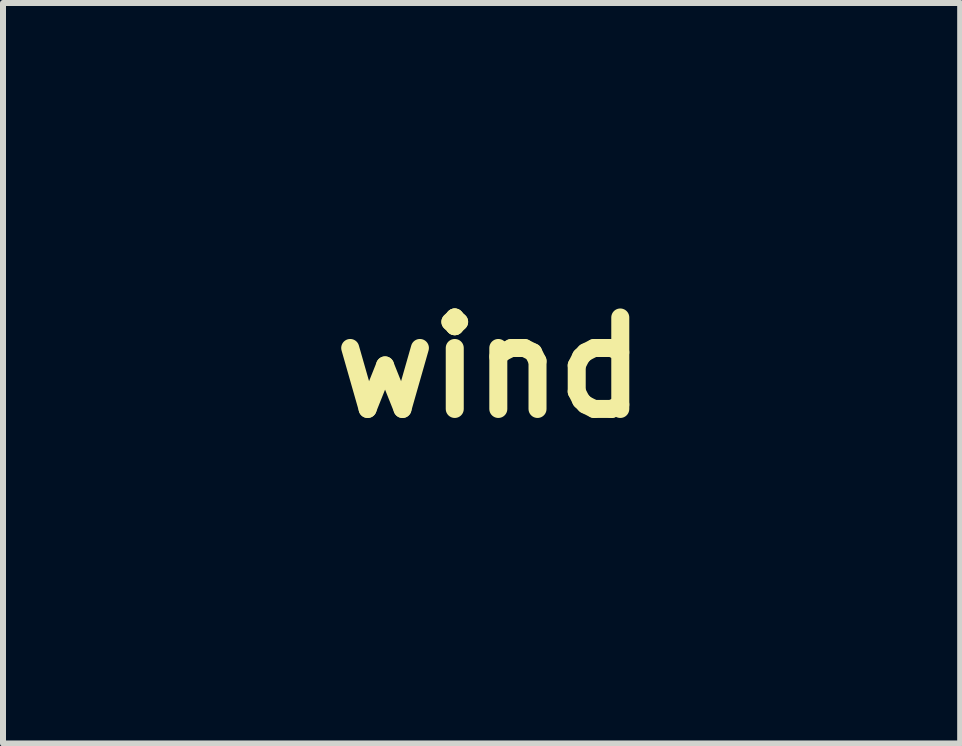
<source format=kicad_pcb>
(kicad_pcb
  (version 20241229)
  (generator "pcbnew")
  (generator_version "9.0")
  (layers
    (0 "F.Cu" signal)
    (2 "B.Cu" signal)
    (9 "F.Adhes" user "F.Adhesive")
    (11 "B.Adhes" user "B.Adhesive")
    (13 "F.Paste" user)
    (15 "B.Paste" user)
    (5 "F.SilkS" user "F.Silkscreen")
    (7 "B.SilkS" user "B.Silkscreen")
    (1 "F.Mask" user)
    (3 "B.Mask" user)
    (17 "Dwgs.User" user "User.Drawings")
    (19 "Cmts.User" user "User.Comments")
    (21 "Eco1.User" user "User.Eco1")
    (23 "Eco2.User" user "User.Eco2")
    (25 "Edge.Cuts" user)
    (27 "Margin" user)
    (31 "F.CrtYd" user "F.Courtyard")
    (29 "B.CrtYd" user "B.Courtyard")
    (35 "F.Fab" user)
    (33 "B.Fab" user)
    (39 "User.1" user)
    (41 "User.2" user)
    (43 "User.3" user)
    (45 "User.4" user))
  (footprint "wind"
    (layer "F.Cu")
    (at 5.107 3.074)
    (property "Reference" "wind" (at 0 0 0) (layer "F.SilkS") (effects (font (size 1.524 1.524) (thickness 0.3))))
    (attr through_hole)
    (fp_poly (pts (xy -1.539 2.876) (xy -1.486 2.898) (xy -1.412 2.932) (xy -1.395 2.941) (xy -1.173 3.039) (xy -0.963 3.105) (xy -0.749 3.144) (xy -0.565 3.158) (xy -0.442 3.162) (xy -0.354 3.161) (xy -0.289 3.156) (xy -0.235 3.143) (xy -0.181 3.124) (xy -0.168 3.118) (xy -0.07 3.083) (xy -0.004 3.079) (xy 0.033 3.104) (xy 0.042 3.133) (xy 0.028 3.183) (xy -0.03 3.22) (xy -0.131 3.245) (xy -0.275 3.257) (xy -0.459 3.257) (xy -0.554 3.252) (xy -0.676 3.243) (xy -0.795 3.228) (xy -0.895 3.211) (xy -0.947 3.198) (xy -1.038 3.165) (xy -1.14 3.122) (xy -1.246 3.073) (xy -1.348 3.021) (xy -1.438 2.971) (xy -1.509 2.927) (xy -1.553 2.892) (xy -1.563 2.871) (xy -1.562 2.871) (xy -1.539 2.876)) (stroke (width 0.01) (type solid)) (fill yes) (layer "F.Mask"))
    (fp_poly (pts (xy 4.684 -0.833) (xy 4.757 -0.774) (xy 4.809 -0.683) (xy 4.834 -0.568) (xy 4.835 -0.541) (xy 4.815 -0.439) (xy 4.752 -0.343) (xy 4.648 -0.255) (xy 4.507 -0.177) (xy 4.332 -0.112) (xy 4.258 -0.092) (xy 4.145 -0.07) (xy 4.017 -0.055) (xy 3.886 -0.048) (xy 3.764 -0.049) (xy 3.664 -0.059) (xy 3.602 -0.075) (xy 3.582 -0.087) (xy 3.588 -0.096) (xy 3.625 -0.103) (xy 3.698 -0.11) (xy 3.787 -0.116) (xy 3.907 -0.126) (xy 3.998 -0.139) (xy 4.076 -0.16) (xy 4.159 -0.192) (xy 4.204 -0.212) (xy 4.337 -0.286) (xy 4.427 -0.363) (xy 4.474 -0.441) (xy 4.478 -0.521) (xy 4.444 -0.587) (xy 4.411 -0.663) (xy 4.417 -0.738) (xy 4.457 -0.801) (xy 4.525 -0.843) (xy 4.594 -0.854) (xy 4.684 -0.833)) (stroke (width 0.01) (type solid)) (fill yes) (layer "F.Mask"))
    (fp_poly (pts (xy -1.899 -1.875) (xy -1.705 -1.818) (xy -1.517 -1.722) (xy -1.332 -1.584) (xy -1.148 -1.402) (xy -1.018 -1.25) (xy -0.896 -1.108) (xy -0.782 -1.001) (xy -0.666 -0.923) (xy -0.537 -0.865) (xy -0.479 -0.845) (xy -0.445 -0.823) (xy -0.439 -0.809) (xy -0.449 -0.792) (xy -0.484 -0.789) (xy -0.551 -0.798) (xy -0.652 -0.821) (xy -0.794 -0.867) (xy -0.944 -0.934) (xy -1.077 -1.011) (xy -1.093 -1.022) (xy -1.131 -1.056) (xy -1.189 -1.119) (xy -1.262 -1.203) (xy -1.342 -1.3) (xy -1.373 -1.338) (xy -1.457 -1.441) (xy -1.538 -1.537) (xy -1.61 -1.616) (xy -1.665 -1.671) (xy -1.677 -1.682) (xy -1.791 -1.753) (xy -1.939 -1.804) (xy -2.127 -1.836) (xy -2.141 -1.838) (xy -2.225 -1.851) (xy -2.265 -1.865) (xy -2.262 -1.878) (xy -2.217 -1.888) (xy -2.131 -1.893) (xy -2.102 -1.893) (xy -1.899 -1.875)) (stroke (width 0.01) (type solid)) (fill yes) (layer "F.Mask"))
    (fp_poly (pts (xy 3.881 -0.918) (xy 3.886 -0.918) (xy 3.969 -0.904) (xy 4.026 -0.874) (xy 4.068 -0.834) (xy 4.123 -0.747) (xy 4.134 -0.661) (xy 4.104 -0.578) (xy 4.036 -0.5) (xy 3.932 -0.428) (xy 3.795 -0.366) (xy 3.627 -0.315) (xy 3.432 -0.277) (xy 3.371 -0.269) (xy 3.322 -0.264) (xy 3.308 -0.266) (xy 3.333 -0.276) (xy 3.4 -0.296) (xy 3.417 -0.302) (xy 3.565 -0.353) (xy 3.699 -0.413) (xy 3.813 -0.479) (xy 3.901 -0.546) (xy 3.956 -0.609) (xy 3.972 -0.658) (xy 3.953 -0.704) (xy 3.91 -0.745) (xy 3.865 -0.762) (xy 3.844 -0.753) (xy 3.854 -0.72) (xy 3.855 -0.717) (xy 3.865 -0.671) (xy 3.843 -0.637) (xy 3.806 -0.607) (xy 3.772 -0.607) (xy 3.723 -0.636) (xy 3.682 -0.69) (xy 3.671 -0.763) (xy 3.69 -0.837) (xy 3.72 -0.88) (xy 3.759 -0.91) (xy 3.807 -0.921) (xy 3.881 -0.918)) (stroke (width 0.01) (type solid)) (fill yes) (layer "F.Mask"))
    (fp_poly (pts (xy 1.394 0.868) (xy 1.47 0.903) (xy 1.527 0.96) (xy 1.546 1.001) (xy 1.558 1.105) (xy 1.536 1.216) (xy 1.482 1.317) (xy 1.479 1.321) (xy 1.425 1.37) (xy 1.34 1.426) (xy 1.236 1.481) (xy 1.128 1.529) (xy 1.031 1.561) (xy 0.939 1.577) (xy 0.815 1.586) (xy 0.668 1.59) (xy 0.512 1.588) (xy 0.358 1.579) (xy 0.219 1.565) (xy 0.15 1.555) (xy 0.048 1.533) (xy -0.065 1.504) (xy -0.18 1.47) (xy -0.288 1.435) (xy -0.379 1.401) (xy -0.446 1.372) (xy -0.478 1.35) (xy -0.479 1.347) (xy -0.463 1.341) (xy -0.409 1.35) (xy -0.325 1.373) (xy -0.273 1.389) (xy -0.03 1.453) (xy 0.212 1.488) (xy 0.447 1.496) (xy 0.669 1.477) (xy 0.871 1.433) (xy 1.046 1.362) (xy 1.19 1.266) (xy 1.195 1.262) (xy 1.225 1.224) (xy 1.244 1.183) (xy 1.248 1.15) (xy 1.234 1.139) (xy 1.223 1.144) (xy 1.181 1.146) (xy 1.136 1.117) (xy 1.1 1.07) (xy 1.085 1.017) (xy 1.104 0.946) (xy 1.155 0.895) (xy 1.227 0.864) (xy 1.31 0.856) (xy 1.394 0.868)) (stroke (width 0.01) (type solid)) (fill yes) (layer "F.Mask"))
    (fp_poly (pts (xy -4.443 -0.446) (xy -4.343 -0.425) (xy -4.243 -0.397) (xy -4.165 -0.368) (xy -4.077 -0.317) (xy -3.977 -0.24) (xy -3.878 -0.147) (xy -3.795 -0.052) (xy -3.751 0.011) (xy -3.708 0.092) (xy -3.659 0.2) (xy -3.602 0.337) (xy -3.536 0.506) (xy -3.461 0.711) (xy -3.374 0.953) (xy -3.276 1.237) (xy -3.269 1.256) (xy -3.208 1.431) (xy -3.15 1.594) (xy -3.096 1.741) (xy -3.049 1.863) (xy -3.011 1.957) (xy -2.984 2.016) (xy -2.976 2.031) (xy -2.887 2.122) (xy -2.78 2.189) (xy -2.666 2.227) (xy -2.556 2.232) (xy -2.491 2.216) (xy -2.432 2.201) (xy -2.396 2.209) (xy -2.391 2.234) (xy -2.424 2.269) (xy -2.428 2.271) (xy -2.518 2.307) (xy -2.637 2.321) (xy -2.776 2.313) (xy -2.907 2.286) (xy -3.072 2.231) (xy -3.21 2.158) (xy -3.328 2.061) (xy -3.434 1.933) (xy -3.535 1.768) (xy -3.564 1.713) (xy -3.606 1.63) (xy -3.641 1.553) (xy -3.671 1.477) (xy -3.698 1.392) (xy -3.725 1.294) (xy -3.753 1.173) (xy -3.785 1.023) (xy -3.823 0.837) (xy -3.833 0.785) (xy -3.877 0.567) (xy -3.915 0.388) (xy -3.949 0.244) (xy -3.979 0.128) (xy -4.009 0.036) (xy -4.039 -0.04) (xy -4.071 -0.103) (xy -4.102 -0.154) (xy -4.205 -0.274) (xy -4.332 -0.36) (xy -4.49 -0.416) (xy -4.503 -0.419) (xy -4.565 -0.436) (xy -4.593 -0.45) (xy -4.586 -0.457) (xy -4.529 -0.458) (xy -4.443 -0.446)) (stroke (width 0.01) (type solid)) (fill yes) (layer "F.Mask"))
    (fp_poly (pts (xy -1.103 -3.066) (xy -1.065 -3.064) (xy -0.72 -3.042) (xy -0.391 -2.996) (xy -0.069 -2.922) (xy 0.256 -2.818) (xy 0.594 -2.682) (xy 0.809 -2.584) (xy 0.981 -2.504) (xy 1.118 -2.447) (xy 1.225 -2.413) (xy 1.305 -2.403) (xy 1.363 -2.417) (xy 1.404 -2.454) (xy 1.433 -2.515) (xy 1.452 -2.597) (xy 1.474 -2.679) (xy 1.508 -2.726) (xy 1.564 -2.745) (xy 1.611 -2.747) (xy 1.691 -2.729) (xy 1.748 -2.677) (xy 1.777 -2.6) (xy 1.774 -2.507) (xy 1.75 -2.435) (xy 1.695 -2.369) (xy 1.601 -2.319) (xy 1.471 -2.286) (xy 1.309 -2.27) (xy 1.119 -2.273) (xy 0.981 -2.285) (xy 0.899 -2.296) (xy 0.816 -2.31) (xy 0.728 -2.329) (xy 0.631 -2.355) (xy 0.52 -2.388) (xy 0.39 -2.43) (xy 0.237 -2.483) (xy 0.056 -2.549) (xy -0.157 -2.627) (xy -0.407 -2.721) (xy -0.499 -2.756) (xy -0.678 -2.823) (xy -0.825 -2.873) (xy -0.949 -2.91) (xy -1.06 -2.934) (xy -1.167 -2.948) (xy -1.282 -2.954) (xy -1.413 -2.953) (xy -1.482 -2.951) (xy -1.614 -2.946) (xy -1.712 -2.938) (xy -1.789 -2.927) (xy -1.859 -2.909) (xy -1.934 -2.883) (xy -1.973 -2.868) (xy -2.057 -2.836) (xy -2.123 -2.814) (xy -2.161 -2.804) (xy -2.166 -2.805) (xy -2.166 -2.831) (xy -2.128 -2.865) (xy -2.06 -2.905) (xy -1.968 -2.945) (xy -1.861 -2.985) (xy -1.745 -3.019) (xy -1.663 -3.038) (xy -1.576 -3.053) (xy -1.488 -3.063) (xy -1.386 -3.068) (xy -1.261 -3.069) (xy -1.103 -3.066)) (stroke (width 0.01) (type solid)) (fill yes) (layer "F.Mask"))
    (fp_poly (pts (xy 4.186 1.658) (xy 4.224 1.673) (xy 4.327 1.751) (xy 4.401 1.857) (xy 4.444 1.984) (xy 4.455 2.123) (xy 4.431 2.263) (xy 4.392 2.358) (xy 4.304 2.483) (xy 4.175 2.602) (xy 4.012 2.713) (xy 3.819 2.814) (xy 3.603 2.9) (xy 3.368 2.969) (xy 3.165 3.011) (xy 3.058 3.026) (xy 2.935 3.036) (xy 2.804 3.044) (xy 2.675 3.047) (xy 2.558 3.046) (xy 2.462 3.041) (xy 2.398 3.032) (xy 2.378 3.025) (xy 2.377 3.013) (xy 2.417 3.006) (xy 2.5 3.002) (xy 2.533 3.002) (xy 2.78 2.99) (xy 3.023 2.955) (xy 3.255 2.901) (xy 3.471 2.829) (xy 3.666 2.742) (xy 3.833 2.641) (xy 3.968 2.53) (xy 4.064 2.41) (xy 4.085 2.371) (xy 4.116 2.285) (xy 4.131 2.184) (xy 4.133 2.103) (xy 4.132 2.015) (xy 4.125 1.957) (xy 4.107 1.915) (xy 4.072 1.873) (xy 4.044 1.845) (xy 3.963 1.779) (xy 3.886 1.756) (xy 3.803 1.772) (xy 3.763 1.79) (xy 3.69 1.847) (xy 3.656 1.918) (xy 3.658 1.976) (xy 3.69 2.025) (xy 3.748 2.07) (xy 3.814 2.098) (xy 3.842 2.101) (xy 3.895 2.121) (xy 3.931 2.168) (xy 3.936 2.224) (xy 3.935 2.225) (xy 3.9 2.287) (xy 3.836 2.322) (xy 3.741 2.332) (xy 3.664 2.326) (xy 3.61 2.301) (xy 3.574 2.269) (xy 3.507 2.169) (xy 3.475 2.058) (xy 3.48 1.946) (xy 3.519 1.844) (xy 3.59 1.765) (xy 3.691 1.708) (xy 3.815 1.666) (xy 3.948 1.642) (xy 4.076 1.639) (xy 4.186 1.658)) (stroke (width 0.01) (type solid)) (fill yes) (layer "F.Mask"))
    (fp_poly (pts (xy 3.051 -2.667) (xy 3.264 -2.594) (xy 3.422 -2.516) (xy 3.547 -2.427) (xy 3.645 -2.316) (xy 3.725 -2.177) (xy 3.794 -2.001) (xy 3.795 -1.997) (xy 3.845 -1.787) (xy 3.85 -1.59) (xy 3.811 -1.406) (xy 3.728 -1.236) (xy 3.601 -1.079) (xy 3.499 -0.988) (xy 3.404 -0.918) (xy 3.305 -0.862) (xy 3.19 -0.815) (xy 3.052 -0.774) (xy 2.879 -0.733) (xy 2.84 -0.725) (xy 2.612 -0.689) (xy 2.372 -0.671) (xy 2.137 -0.672) (xy 1.924 -0.692) (xy 1.865 -0.702) (xy 1.713 -0.736) (xy 1.536 -0.784) (xy 1.343 -0.843) (xy 1.142 -0.909) (xy 0.944 -0.979) (xy 0.759 -1.05) (xy 0.594 -1.119) (xy 0.46 -1.182) (xy 0.404 -1.212) (xy 0.298 -1.271) (xy 0.161 -1.342) (xy 0.003 -1.423) (xy -0.168 -1.507) (xy -0.342 -1.591) (xy -0.512 -1.671) (xy -0.667 -1.743) (xy -0.799 -1.801) (xy -0.9 -1.843) (xy -0.903 -1.844) (xy -1.235 -1.962) (xy -1.564 -2.063) (xy -1.882 -2.145) (xy -2.181 -2.206) (xy -2.454 -2.244) (xy -2.593 -2.255) (xy -2.779 -2.259) (xy -2.989 -2.253) (xy -3.207 -2.238) (xy -3.418 -2.217) (xy -3.608 -2.189) (xy -3.704 -2.17) (xy -3.815 -2.141) (xy -3.937 -2.1) (xy -4.064 -2.05) (xy -4.19 -1.995) (xy -4.308 -1.939) (xy -4.412 -1.883) (xy -4.495 -1.832) (xy -4.55 -1.788) (xy -4.572 -1.755) (xy -4.568 -1.743) (xy -4.541 -1.743) (xy -4.481 -1.755) (xy -4.399 -1.777) (xy -4.365 -1.788) (xy -4.078 -1.863) (xy -3.796 -1.905) (xy -3.527 -1.915) (xy -3.278 -1.892) (xy -3.169 -1.869) (xy -2.928 -1.8) (xy -2.704 -1.715) (xy -2.486 -1.611) (xy -2.264 -1.483) (xy -2.029 -1.325) (xy -1.904 -1.234) (xy -1.658 -1.034) (xy -1.439 -0.82) (xy -1.238 -0.58) (xy -1.045 -0.307) (xy -1.017 -0.263) (xy -0.937 -0.139) (xy -0.858 -0.018) (xy -0.785 0.089) (xy -0.726 0.175) (xy -0.698 0.213) (xy -0.565 0.359) (xy -0.411 0.471) (xy -0.229 0.552) (xy -0.017 0.604) (xy 0.144 0.624) (xy 0.258 0.632) (xy 0.338 0.635) (xy 0.396 0.631) (xy 0.443 0.62) (xy 0.49 0.601) (xy 0.5 0.596) (xy 0.593 0.542) (xy 0.69 0.467) (xy 0.777 0.385) (xy 0.842 0.306) (xy 0.861 0.272) (xy 0.908 0.133) (xy 0.933 -0.03) (xy 0.933 -0.199) (xy 0.923 -0.282) (xy 0.904 -0.379) (xy 0.882 -0.469) (xy 0.862 -0.531) (xy 0.809 -0.622) (xy 0.73 -0.713) (xy 0.644 -0.784) (xy 0.619 -0.799) (xy 0.521 -0.827) (xy 0.41 -0.826) (xy 0.307 -0.795) (xy 0.285 -0.783) (xy 0.221 -0.735) (xy 0.182 -0.681) (xy 0.158 -0.602) (xy 0.153 -0.575) (xy 0.154 -0.484) (xy 0.195 -0.417) (xy 0.272 -0.376) (xy 0.341 -0.365) (xy 0.411 -0.356) (xy 0.447 -0.339) (xy 0.458 -0.313) (xy 0.448 -0.265) (xy 0.425 -0.238) (xy 0.372 -0.219) (xy 0.289 -0.209) (xy 0.193 -0.21) (xy 0.099 -0.22) (xy 0.023 -0.239) (xy 0.011 -0.244) (xy -0.065 -0.304) (xy -0.117 -0.394) (xy -0.138 -0.5) (xy -0.138 -0.511) (xy -0.123 -0.603) (xy -0.086 -0.698) (xy -0.035 -0.778) (xy 0.008 -0.82) (xy 0.112 -0.868) (xy 0.248 -0.904) (xy 0.403 -0.926) (xy 0.566 -0.933) (xy 0.723 -0.925) (xy 0.862 -0.901) (xy 0.926 -0.881) (xy 1.11 -0.792) (xy 1.251 -0.686) (xy 1.351 -0.56) (xy 1.409 -0.415) (xy 1.426 -0.249) (xy 1.411 -0.096) (xy 1.368 0.077) (xy 1.306 0.221) (xy 1.219 0.345) (xy 1.1 0.456) (xy 0.942 0.565) (xy 0.912 0.583) (xy 0.703 0.683) (xy 0.467 0.752) (xy 0.215 0.789) (xy -0.047 0.793) (xy -0.307 0.762) (xy -0.45 0.73) (xy -0.688 0.653) (xy -0.927 0.551) (xy -1.145 0.433) (xy -1.181 0.41) (xy -1.29 0.331) (xy -1.419 0.219) (xy -1.564 0.081) (xy -1.718 -0.078) (xy -1.876 -0.251) (xy -2.033 -0.434) (xy -2.121 -0.543) (xy -2.305 -0.767) (xy -2.483 -0.969) (xy -2.65 -1.147) (xy -2.803 -1.296) (xy -2.938 -1.413) (xy -3.028 -1.478) (xy -3.124 -1.532) (xy -3.239 -1.587) (xy -3.351 -1.632) (xy -3.358 -1.634) (xy -3.429 -1.657) (xy -3.49 -1.673) (xy -3.553 -1.685) (xy -3.625 -1.692) (xy -3.718 -1.695) (xy -3.84 -1.696) (xy -3.949 -1.696) (xy -4.118 -1.695) (xy -4.247 -1.69) (xy -4.342 -1.683) (xy -4.409 -1.671) (xy -4.441 -1.662) (xy -4.496 -1.636) (xy -4.527 -1.611) (xy -4.529 -1.605) (xy -4.507 -1.59) (xy -4.452 -1.575) (xy -4.388 -1.564) (xy -4.267 -1.54) (xy -4.122 -1.498) (xy -3.965 -1.443) (xy -3.813 -1.381) (xy -3.679 -1.316) (xy -3.659 -1.305) (xy -3.462 -1.181) (xy -3.254 -1.025) (xy -3.044 -0.845) (xy -2.842 -0.65) (xy -2.658 -0.448) (xy -2.631 -0.416) (xy -2.415 -0.15) (xy -2.218 0.101) (xy -2.042 0.333) (xy -1.891 0.544) (xy -1.767 0.728) (xy -1.696 0.843) (xy -1.589 1.022) (xy -1.499 1.169) (xy -1.42 1.291) (xy -1.346 1.398) (xy -1.272 1.498) (xy -1.191 1.597) (xy -1.113 1.69) (xy -0.949 1.874) (xy -0.801 2.024) (xy -0.661 2.145) (xy -0.522 2.243) (xy -0.376 2.323) (xy -0.216 2.393) (xy -0.15 2.417) (xy -0.041 2.448) (xy 0.103 2.477) (xy 0.272 2.502) (xy 0.457 2.525) (xy 0.649 2.542) (xy 0.839 2.554) (xy 1.017 2.561) (xy 1.173 2.56) (xy 1.3 2.552) (xy 1.36 2.543) (xy 1.519 2.494) (xy 1.705 2.409) (xy 1.915 2.291) (xy 2.148 2.141) (xy 2.201 2.103) (xy 2.366 1.985) (xy 2.5 1.88) (xy 2.614 1.779) (xy 2.717 1.673) (xy 2.82 1.553) (xy 2.93 1.41) (xy 2.931 1.409) (xy 3.027 1.273) (xy 3.093 1.157) (xy 3.135 1.047) (xy 3.157 0.931) (xy 3.163 0.797) (xy 3.163 0.785) (xy 3.141 0.568) (xy 3.076 0.366) (xy 3.003 0.233) (xy 2.924 0.134) (xy 2.831 0.071) (xy 2.713 0.037) (xy 2.646 0.029) (xy 2.564 0.025) (xy 2.51 0.031) (xy 2.467 0.051) (xy 2.432 0.078) (xy 2.355 0.172) (xy 2.301 0.303) (xy 2.276 0.423) (xy 2.269 0.5) (xy 2.28 0.556) (xy 2.31 0.608) (xy 2.383 0.694) (xy 2.468 0.761) (xy 2.551 0.801) (xy 2.596 0.808) (xy 2.674 0.795) (xy 2.73 0.762) (xy 2.756 0.716) (xy 2.755 0.693) (xy 2.729 0.655) (xy 2.692 0.649) (xy 2.667 0.67) (xy 2.64 0.693) (xy 2.618 0.676) (xy 2.609 0.623) (xy 2.609 0.623) (xy 2.621 0.564) (xy 2.66 0.534) (xy 2.737 0.525) (xy 2.802 0.553) (xy 2.85 0.61) (xy 2.88 0.687) (xy 2.887 0.777) (xy 2.869 0.871) (xy 2.829 0.951) (xy 2.787 1.004) (xy 2.738 1.036) (xy 2.665 1.058) (xy 2.642 1.063) (xy 2.491 1.086) (xy 2.364 1.085) (xy 2.241 1.059) (xy 2.185 1.039) (xy 2.025 0.957) (xy 1.901 0.846) (xy 1.813 0.71) (xy 1.764 0.552) (xy 1.755 0.438) (xy 1.758 0.353) (xy 1.77 0.287) (xy 1.798 0.227) (xy 1.846 0.161) (xy 1.922 0.078) (xy 1.937 0.062) (xy 2.054 -0.044) (xy 2.177 -0.117) (xy 2.313 -0.16) (xy 2.471 -0.175) (xy 2.66 -0.165) (xy 2.684 -0.162) (xy 2.87 -0.133) (xy 3.025 -0.092) (xy 3.165 -0.032) (xy 3.302 0.05) (xy 3.417 0.132) (xy 3.503 0.208) (xy 3.572 0.292) (xy 3.636 0.398) (xy 3.659 0.44) (xy 3.747 0.607) (xy 3.735 0.887) (xy 3.72 1.083) (xy 3.692 1.247) (xy 3.646 1.394) (xy 3.579 1.535) (xy 3.507 1.654) (xy 3.358 1.855) (xy 3.193 2.033) (xy 3.018 2.18) (xy 2.911 2.25) (xy 2.595 2.416) (xy 2.287 2.54) (xy 1.981 2.622) (xy 1.79 2.653) (xy 1.69 2.661) (xy 1.554 2.668) (xy 1.391 2.672) (xy 1.211 2.674) (xy 1.024 2.674) (xy 0.838 2.672) (xy 0.664 2.667) (xy 0.512 2.661) (xy 0.427 2.655) (xy 0.245 2.637) (xy 0.047 2.61) (xy -0.16 2.577) (xy -0.367 2.539) (xy -0.567 2.497) (xy -0.752 2.454) (xy -0.914 2.41) (xy -1.045 2.368) (xy -1.135 2.33) (xy -1.21 2.288) (xy -1.312 2.226) (xy -1.431 2.15) (xy -1.557 2.067) (xy -1.679 1.984) (xy -1.787 1.908) (xy -1.871 1.845) (xy -1.882 1.836) (xy -2.052 1.692) (xy -2.204 1.543) (xy -2.343 1.382) (xy -2.472 1.206) (xy -2.595 1.007) (xy -2.716 0.782) (xy -2.838 0.523) (xy -2.964 0.226) (xy -2.995 0.15) (xy -3.05 0.017) (xy -3.104 -0.11) (xy -3.155 -0.223) (xy -3.196 -0.309) (xy -3.215 -0.346) (xy -3.379 -0.599) (xy -3.579 -0.828) (xy -3.815 -1.037) (xy -4.003 -1.171) (xy -4.152 -1.265) (xy -4.279 -1.332) (xy -4.394 -1.375) (xy -4.508 -1.399) (xy -4.632 -1.408) (xy -4.666 -1.409) (xy -4.76 -1.407) (xy -4.822 -1.402) (xy -4.863 -1.388) (xy -4.898 -1.362) (xy -4.92 -1.341) (xy -4.975 -1.26) (xy -4.986 -1.175) (xy -4.952 -1.091) (xy -4.952 -1.09) (xy -4.917 -1.055) (xy -4.881 -1.058) (xy -4.872 -1.062) (xy -4.795 -1.084) (xy -4.73 -1.064) (xy -4.7 -1.034) (xy -4.668 -0.963) (xy -4.679 -0.896) (xy -4.707 -0.853) (xy -4.746 -0.819) (xy -4.802 -0.803) (xy -4.861 -0.8) (xy -4.935 -0.805) (xy -4.986 -0.825) (xy -5.035 -0.871) (xy -5.04 -0.877) (xy -5.075 -0.918) (xy -5.094 -0.954) (xy -5.102 -0.999) (xy -5.101 -1.067) (xy -5.097 -1.136) (xy -5.088 -1.234) (xy -5.073 -1.307) (xy -5.045 -1.373) (xy -4.997 -1.452) (xy -4.984 -1.472) (xy -4.917 -1.565) (xy -4.832 -1.668) (xy -4.746 -1.761) (xy -4.734 -1.774) (xy -4.547 -1.943) (xy -4.359 -2.084) (xy -4.161 -2.2) (xy -3.948 -2.296) (xy -3.711 -2.373) (xy -3.442 -2.436) (xy -3.152 -2.485) (xy -2.975 -2.505) (xy -2.762 -2.518) (xy -2.522 -2.526) (xy -2.264 -2.528) (xy -2 -2.524) (xy -1.737 -2.515) (xy -1.485 -2.5) (xy -1.255 -2.479) (xy -1.212 -2.474) (xy -0.959 -2.443) (xy -0.744 -2.412) (xy -0.557 -2.379) (xy -0.391 -2.341) (xy -0.236 -2.298) (xy -0.085 -2.247) (xy 0.071 -2.184) (xy 0.241 -2.109) (xy 0.254 -2.104) (xy 0.402 -2.033) (xy 0.544 -1.959) (xy 0.688 -1.878) (xy 0.843 -1.783) (xy 1.015 -1.67) (xy 1.212 -1.535) (xy 1.282 -1.487) (xy 1.452 -1.368) (xy 1.591 -1.272) (xy 1.705 -1.196) (xy 1.798 -1.134) (xy 1.878 -1.084) (xy 1.95 -1.042) (xy 2.019 -1.004) (xy 2.093 -0.966) (xy 2.122 -0.951) (xy 2.221 -0.903) (xy 2.295 -0.871) (xy 2.357 -0.853) (xy 2.423 -0.845) (xy 2.508 -0.843) (xy 2.552 -0.843) (xy 2.654 -0.844) (xy 2.723 -0.848) (xy 2.775 -0.861) (xy 2.824 -0.885) (xy 2.884 -0.925) (xy 2.893 -0.931) (xy 3.035 -1.056) (xy 3.146 -1.213) (xy 3.224 -1.397) (xy 3.249 -1.492) (xy 3.272 -1.697) (xy 3.261 -1.907) (xy 3.218 -2.111) (xy 3.146 -2.297) (xy 3.059 -2.439) (xy 2.984 -2.505) (xy 2.876 -2.557) (xy 2.747 -2.593) (xy 2.61 -2.611) (xy 2.477 -2.608) (xy 2.359 -2.582) (xy 2.342 -2.575) (xy 2.264 -2.52) (xy 2.21 -2.435) (xy 2.182 -2.335) (xy 2.183 -2.229) (xy 2.215 -2.131) (xy 2.257 -2.072) (xy 2.307 -2.025) (xy 2.337 -2.012) (xy 2.355 -2.034) (xy 2.361 -2.053) (xy 2.393 -2.093) (xy 2.451 -2.114) (xy 2.52 -2.113) (xy 2.577 -2.09) (xy 2.617 -2.054) (xy 2.629 -2.005) (xy 2.628 -1.968) (xy 2.6 -1.883) (xy 2.534 -1.822) (xy 2.434 -1.787) (xy 2.335 -1.778) (xy 2.192 -1.794) (xy 2.083 -1.842) (xy 2.005 -1.922) (xy 1.959 -2.037) (xy 1.946 -2.118) (xy 1.942 -2.21) (xy 1.953 -2.28) (xy 1.981 -2.352) (xy 1.988 -2.366) (xy 2.05 -2.463) (xy 2.133 -2.555) (xy 2.222 -2.627) (xy 2.281 -2.658) (xy 2.332 -2.671) (xy 2.414 -2.686) (xy 2.514 -2.699) (xy 2.555 -2.704) (xy 2.805 -2.708) (xy 3.051 -2.667)) (stroke (width 0.01) (type solid)) (fill yes) (layer "F.Mask")))
  (gr_rect
    (start -3 -3)
    (end 12.947 9.336)
    (stroke (width 0.1) (type default))
    (fill no)
    (layer "Edge.Cuts")))
</source>
